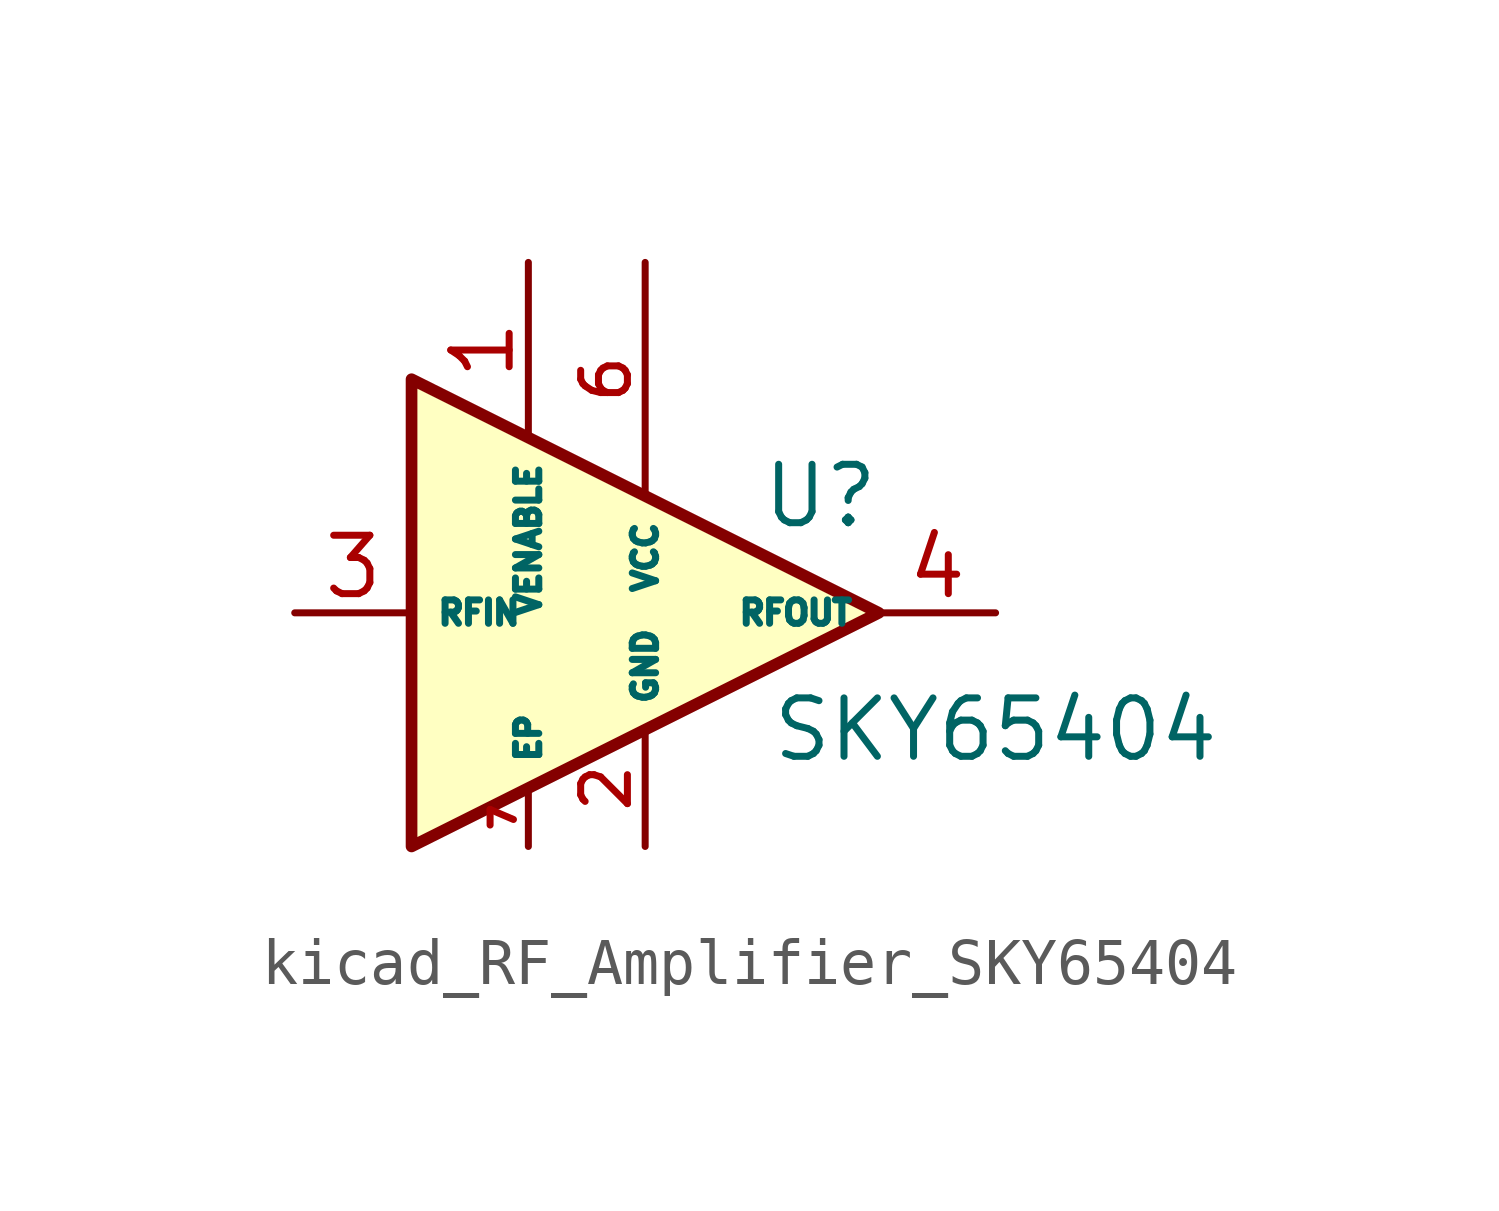
<source format=kicad_sym>
(kicad_symbol_lib
  (version 20220914)
  (generator kicad_symbol_editor)
  (symbol "kicad_RF_Amplifier_SKY65404"
    (property "Reference" "U"
      (at 6.35 2.54 0)
      (effects (font (size 1.27 1.27))))
    (property "Value" "SKY65404"
      (at 10.16 -2.54 0)
      (effects (font (size 1.27 1.27))))
    (symbol "kicad_RF_Amplifier_SKY65404_0_1"
      (polyline (pts (xy -2.54 5.08) (xy -2.54 -2.54) (xy -2.54 -5.08) (xy 7.62 0) (xy -2.54 5.08)) (stroke (width 0.254) (type default)) (fill (type background))))
    (symbol "kicad_RF_Amplifier_SKY65404_1_1"
      (pin input line (at 0 7.62 270) (length 3.81) (name "VENABLE" (effects (font (size 0.508 0.508)))) (number "1" (effects (font (size 1.27 1.27)))))
      (pin power_in line (at 2.54 -5.08 90) (length 2.54) (name "GND" (effects (font (size 0.508 0.508)))) (number "2" (effects (font (size 1.016 1.016)))))
      (pin input line (at -5.08 0 0) (length 2.54) (name "RFIN" (effects (font (size 0.508 0.508)))) (number "3" (effects (font (size 1.27 1.27)))))
      (pin output line (at 10.16 0 180) (length 2.54) (name "RFOUT" (effects (font (size 0.508 0.508)))) (number "4" (effects (font (size 1.27 1.27)))))
      (pin passive line (at 2.54 -5.08 90) (length 2.54) hide (name "GND" (effects (font (size 0.508 0.508)))) (number "5" (effects (font (size 1.016 1.016)))))
      (pin power_in line (at 2.54 7.62 270) (length 5.08) (name "VCC" (effects (font (size 0.508 0.508)))) (number "6" (effects (font (size 1.016 1.016)))))
      (pin passive line (at 0 -5.08 90) (length 1.27) (name "EP" (effects (font (size 0.508 0.508)))) (number "7" (effects (font (size 0.508 0.508))))))))
</source>
